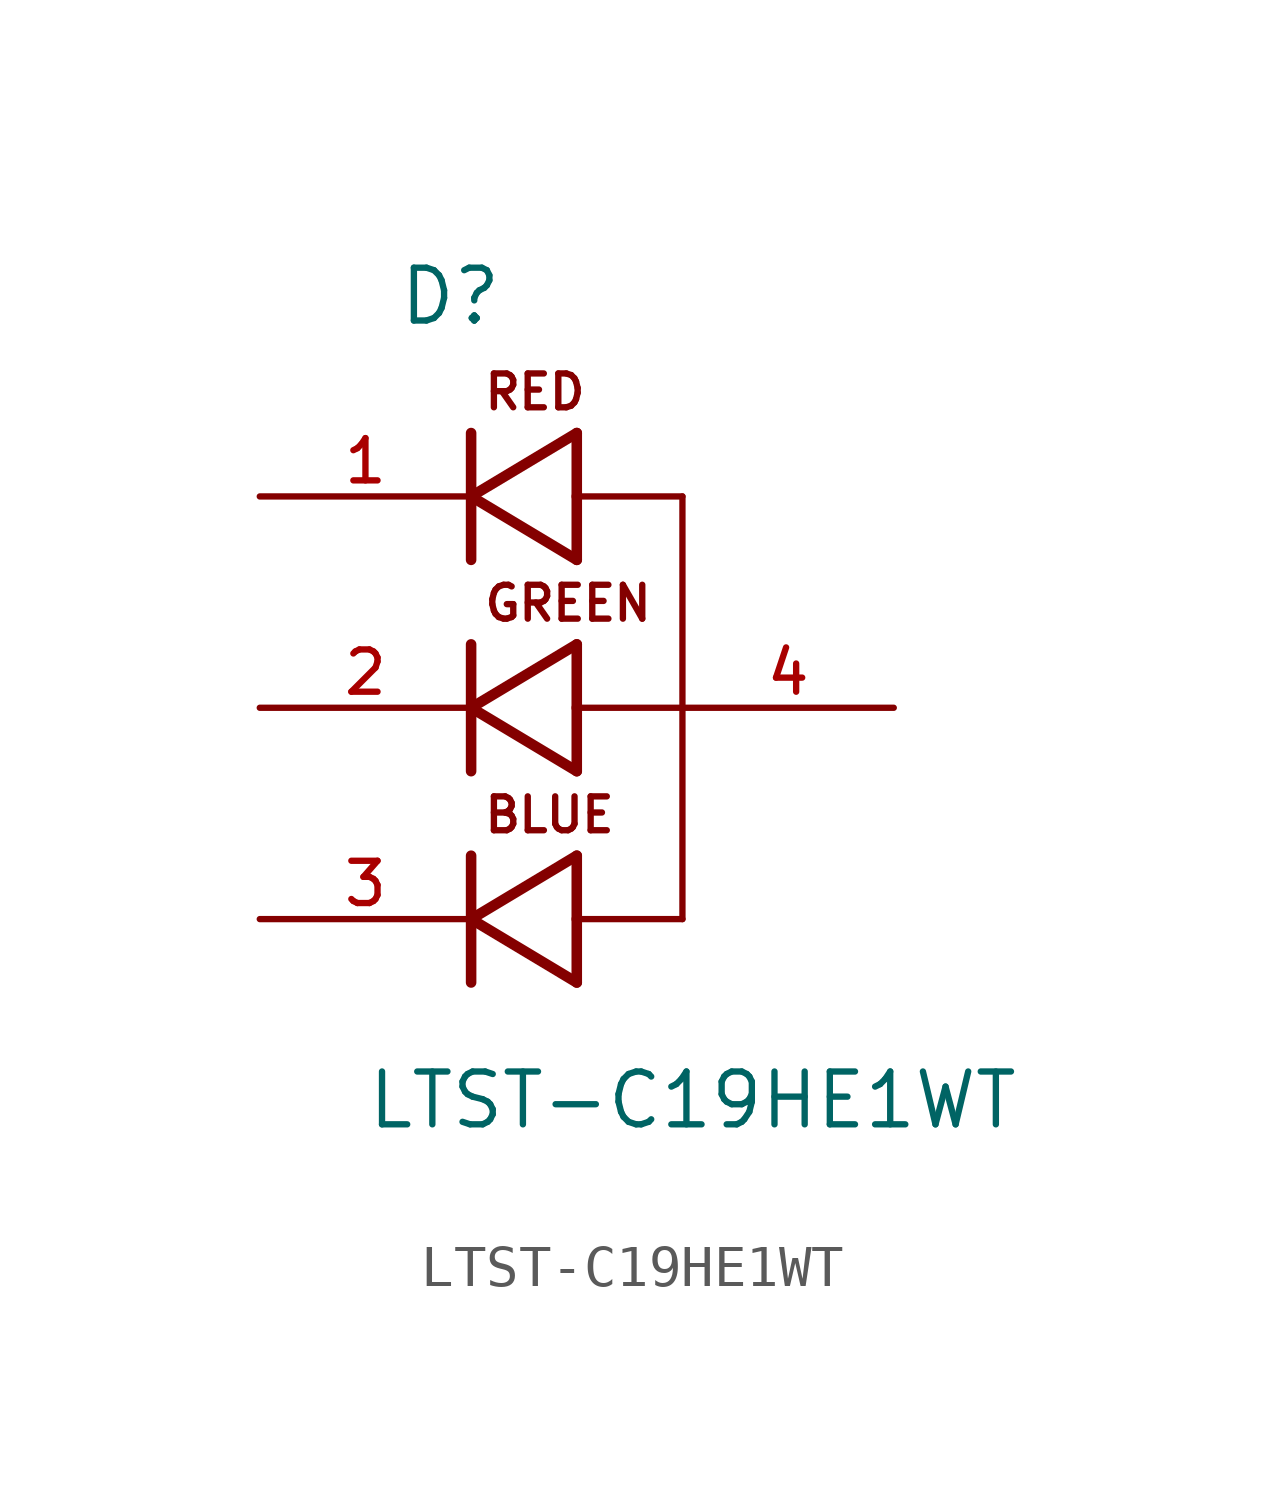
<source format=kicad_sym>
(kicad_symbol_lib
  (version 20241209)
  (generator "kicad_symbol_editor")
  (generator_version "9.0")
  (symbol "LTST-C19HE1WT"
    (pin_names
      (offset 1.016))
    (property "Reference" "D"
      (at -1.778 9.146 0)
      (effects (font (size 1.27 1.27)) (justify left bottom)))
    (property "Value" "LTST-C19HE1WT"
      (at -2.544 -10.177 0)
      (effects (font (size 1.27 1.27)) (justify left bottom)))
    (symbol "LTST-C19HE1WT_0_0"
      (polyline (pts (xy 0 5.08) (xy 2.54 3.556)) (stroke (width 0.254) (type default)) (fill (type none)))
      (polyline (pts (xy 0 3.556) (xy 0 6.604)) (stroke (width 0.254) (type default)) (fill (type none)))
      (polyline (pts (xy 0 0) (xy 2.54 -1.524)) (stroke (width 0.254) (type default)) (fill (type none)))
      (polyline (pts (xy 0 -1.524) (xy 0 1.524)) (stroke (width 0.254) (type default)) (fill (type none)))
      (polyline (pts (xy 0 -5.08) (xy 2.54 -6.604)) (stroke (width 0.254) (type default)) (fill (type none)))
      (polyline (pts (xy 0 -6.604) (xy 0 -3.556)) (stroke (width 0.254) (type default)) (fill (type none)))
      (polyline (pts (xy 2.54 6.604) (xy 0 5.08)) (stroke (width 0.254) (type default)) (fill (type none)))
      (polyline (pts (xy 2.54 5.08) (xy 2.54 6.604)) (stroke (width 0.254) (type default)) (fill (type none)))
      (polyline (pts (xy 2.54 3.556) (xy 2.54 5.08)) (stroke (width 0.254) (type default)) (fill (type none)))
      (polyline (pts (xy 2.54 1.524) (xy 0 0)) (stroke (width 0.254) (type default)) (fill (type none)))
      (polyline (pts (xy 2.54 0) (xy 2.54 1.524)) (stroke (width 0.254) (type default)) (fill (type none)))
      (polyline (pts (xy 2.54 -1.524) (xy 2.54 0)) (stroke (width 0.254) (type default)) (fill (type none)))
      (polyline (pts (xy 2.54 -3.556) (xy 0 -5.08)) (stroke (width 0.254) (type default)) (fill (type none)))
      (polyline (pts (xy 2.54 -5.08) (xy 2.54 -3.556)) (stroke (width 0.254) (type default)) (fill (type none)))
      (polyline (pts (xy 2.54 -5.08) (xy 5.08 -5.08)) (stroke (width 0.152) (type default)) (fill (type none)))
      (polyline (pts (xy 2.54 -6.604) (xy 2.54 -5.08)) (stroke (width 0.254) (type default)) (fill (type none)))
      (polyline (pts (xy 5.08 5.08) (xy 2.54 5.08)) (stroke (width 0.152) (type default)) (fill (type none)))
      (polyline (pts (xy 5.08 0) (xy 2.54 0)) (stroke (width 0.152) (type default)) (fill (type none)))
      (polyline (pts (xy 5.08 -5.08) (xy 5.08 5.08)) (stroke (width 0.152) (type default)) (fill (type none)))
      (text "RED" (at 0.254 7.116 0) (effects (font (size 0.813 0.813)) (justify left bottom)))
      (text "BLUE" (at 0.254 -3.051 0) (effects (font (size 0.814 0.814)) (justify left bottom)))
      (text "GREEN" (at 0.254 2.035 0) (effects (font (size 0.814 0.814)) (justify left bottom)))
      (pin passive line (at -5.08 5.08 0) (length 5.08) (name "~" (effects (font (size 1.016 1.016)))) (number "1" (effects (font (size 1.016 1.016)))))
      (pin passive line (at -5.08 0 0) (length 5.08) (name "~" (effects (font (size 1.016 1.016)))) (number "2" (effects (font (size 1.016 1.016)))))
      (pin passive line (at -5.08 -5.08 0) (length 5.08) (name "~" (effects (font (size 1.016 1.016)))) (number "3" (effects (font (size 1.016 1.016)))))
      (pin passive line (at 10.16 0 180) (length 5.08) (name "~" (effects (font (size 1.016 1.016)))) (number "4" (effects (font (size 1.016 1.016))))))))
</source>
